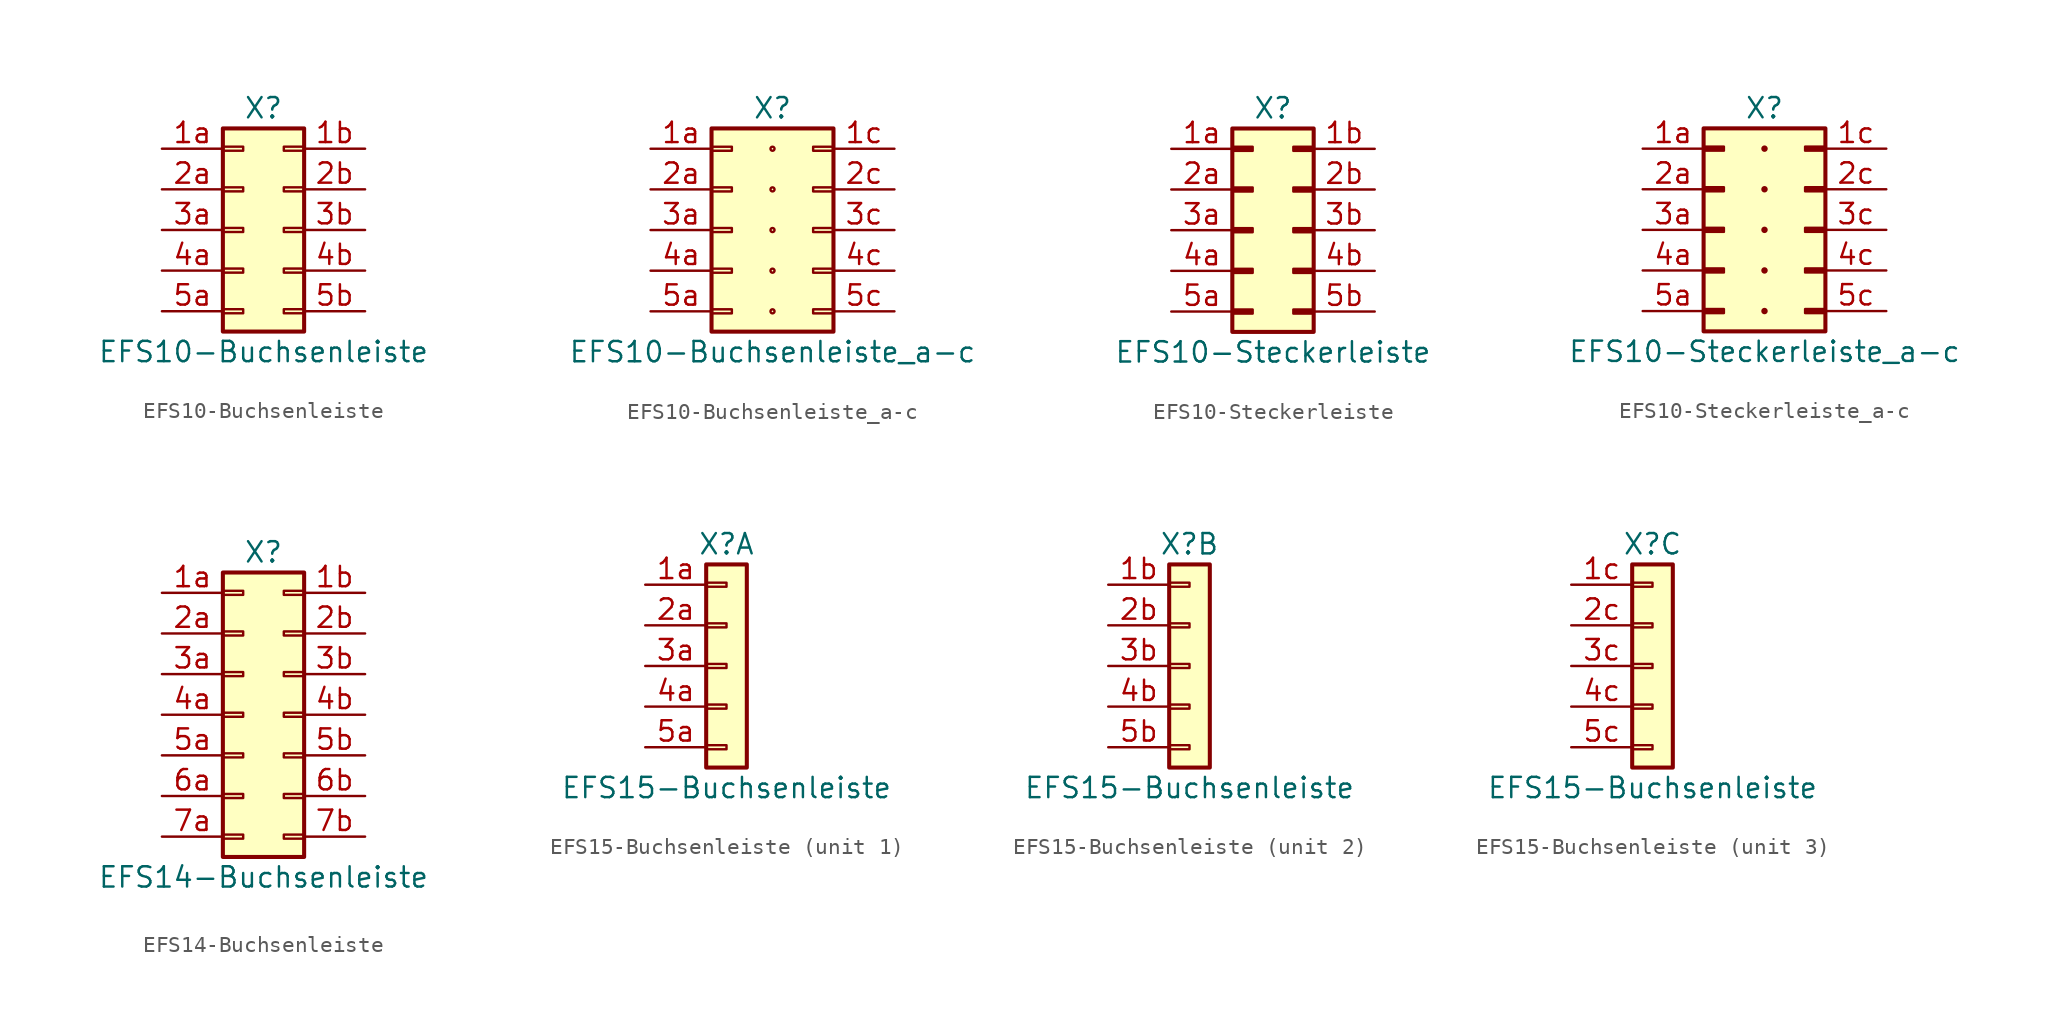
<source format=kicad_sym>
(kicad_symbol_lib
  (version 20211014)
  (generator kicad_symbol_editor)
  (symbol "EFS10-Buchsenleiste"
    (pin_names
      (offset 1.016) hide)
    (property "Reference" "X"
      (at 0 7.62 0)
      (effects (font (size 1.27 1.27))))
    (property "Value" "EFS10-Buchsenleiste"
      (at 0 -7.62 0)
      (effects (font (size 1.27 1.27))))
    (symbol "EFS10-Buchsenleiste_1_1"
      (rectangle (start -2.54 -4.953) (end -1.27 -5.207) (stroke (width 0.152) (type default) (color 0 0 0 0)) (fill (type none)))
      (rectangle (start -2.54 -2.413) (end -1.27 -2.667) (stroke (width 0.152) (type default) (color 0 0 0 0)) (fill (type none)))
      (rectangle (start -2.54 0.127) (end -1.27 -0.127) (stroke (width 0.152) (type default) (color 0 0 0 0)) (fill (type none)))
      (rectangle (start -2.54 2.667) (end -1.27 2.413) (stroke (width 0.152) (type default) (color 0 0 0 0)) (fill (type none)))
      (rectangle (start -2.54 5.207) (end -1.27 4.953) (stroke (width 0.152) (type default) (color 0 0 0 0)) (fill (type none)))
      (rectangle (start -2.54 6.35) (end 2.54 -6.35) (stroke (width 0.254) (type default) (color 0 0 0 0)) (fill (type background)))
      (rectangle (start 2.54 -4.953) (end 1.27 -5.207) (stroke (width 0.152) (type default) (color 0 0 0 0)) (fill (type none)))
      (rectangle (start 2.54 -2.413) (end 1.27 -2.667) (stroke (width 0.152) (type default) (color 0 0 0 0)) (fill (type none)))
      (rectangle (start 2.54 0.127) (end 1.27 -0.127) (stroke (width 0.152) (type default) (color 0 0 0 0)) (fill (type none)))
      (rectangle (start 2.54 2.667) (end 1.27 2.413) (stroke (width 0.152) (type default) (color 0 0 0 0)) (fill (type none)))
      (rectangle (start 2.54 5.207) (end 1.27 4.953) (stroke (width 0.152) (type default) (color 0 0 0 0)) (fill (type none)))
      (pin passive line (at -6.35 5.08 0) (length 3.81) (name "Pin_1a" (effects (font (size 1.27 1.27)))) (number "1a" (effects (font (size 1.27 1.27)))))
      (pin passive line (at 6.35 5.08 180) (length 3.81) (name "Pin_1b" (effects (font (size 1.27 1.27)))) (number "1b" (effects (font (size 1.27 1.27)))))
      (pin passive line (at -6.35 2.54 0) (length 3.81) (name "Pin_2a" (effects (font (size 1.27 1.27)))) (number "2a" (effects (font (size 1.27 1.27)))))
      (pin passive line (at 6.35 2.54 180) (length 3.81) (name "Pin_2b" (effects (font (size 1.27 1.27)))) (number "2b" (effects (font (size 1.27 1.27)))))
      (pin passive line (at -6.35 0 0) (length 3.81) (name "Pin_3a" (effects (font (size 1.27 1.27)))) (number "3a" (effects (font (size 1.27 1.27)))))
      (pin passive line (at 6.35 0 180) (length 3.81) (name "Pin_3b" (effects (font (size 1.27 1.27)))) (number "3b" (effects (font (size 1.27 1.27)))))
      (pin passive line (at -6.35 -2.54 0) (length 3.81) (name "Pin_4a" (effects (font (size 1.27 1.27)))) (number "4a" (effects (font (size 1.27 1.27)))))
      (pin passive line (at 6.35 -2.54 180) (length 3.81) (name "Pin_4b" (effects (font (size 1.27 1.27)))) (number "4b" (effects (font (size 1.27 1.27)))))
      (pin passive line (at -6.35 -5.08 0) (length 3.81) (name "Pin_5a" (effects (font (size 1.27 1.27)))) (number "5a" (effects (font (size 1.27 1.27)))))
      (pin passive line (at 6.35 -5.08 180) (length 3.81) (name "Pin_5b" (effects (font (size 1.27 1.27)))) (number "5b" (effects (font (size 1.27 1.27)))))))
  (symbol "EFS10-Buchsenleiste_a-c"
    (pin_names
      (offset 1.016) hide)
    (property "Reference" "X"
      (at 0 7.62 0)
      (effects (font (size 1.27 1.27))))
    (property "Value" "EFS10-Buchsenleiste_a-c"
      (at 0 -7.62 0)
      (effects (font (size 1.27 1.27))))
    (symbol "EFS10-Buchsenleiste_a-c_0_1"
      (circle (center 0 -5.08) (radius 0.127) (stroke (width 0.152) (type default) (color 0 0 0 0)) (fill (type none)))
      (circle (center 0 -2.54) (radius 0.127) (stroke (width 0.152) (type default) (color 0 0 0 0)) (fill (type none)))
      (circle (center 0 0) (radius 0.127) (stroke (width 0.152) (type default) (color 0 0 0 0)) (fill (type none)))
      (circle (center 0 2.54) (radius 0.127) (stroke (width 0.152) (type default) (color 0 0 0 0)) (fill (type none)))
      (circle (center 0 5.08) (radius 0.127) (stroke (width 0.152) (type default) (color 0 0 0 0)) (fill (type none))))
    (symbol "EFS10-Buchsenleiste_a-c_1_1"
      (rectangle (start -3.81 -4.953) (end -2.54 -5.207) (stroke (width 0.152) (type default) (color 0 0 0 0)) (fill (type none)))
      (rectangle (start -3.81 -2.413) (end -2.54 -2.667) (stroke (width 0.152) (type default) (color 0 0 0 0)) (fill (type none)))
      (rectangle (start -3.81 0.127) (end -2.54 -0.127) (stroke (width 0.152) (type default) (color 0 0 0 0)) (fill (type none)))
      (rectangle (start -3.81 2.667) (end -2.54 2.413) (stroke (width 0.152) (type default) (color 0 0 0 0)) (fill (type none)))
      (rectangle (start -3.81 5.207) (end -2.54 4.953) (stroke (width 0.152) (type default) (color 0 0 0 0)) (fill (type none)))
      (rectangle (start -3.81 6.35) (end 3.81 -6.35) (stroke (width 0.254) (type default) (color 0 0 0 0)) (fill (type background)))
      (rectangle (start 3.81 -4.953) (end 2.54 -5.207) (stroke (width 0.152) (type default) (color 0 0 0 0)) (fill (type none)))
      (rectangle (start 3.81 -2.413) (end 2.54 -2.667) (stroke (width 0.152) (type default) (color 0 0 0 0)) (fill (type none)))
      (rectangle (start 3.81 0.127) (end 2.54 -0.127) (stroke (width 0.152) (type default) (color 0 0 0 0)) (fill (type none)))
      (rectangle (start 3.81 2.667) (end 2.54 2.413) (stroke (width 0.152) (type default) (color 0 0 0 0)) (fill (type none)))
      (rectangle (start 3.81 5.207) (end 2.54 4.953) (stroke (width 0.152) (type default) (color 0 0 0 0)) (fill (type none)))
      (pin passive line (at -7.62 5.08 0) (length 3.81) (name "Pin_1a" (effects (font (size 1.27 1.27)))) (number "1a" (effects (font (size 1.27 1.27)))))
      (pin passive line (at 7.62 5.08 180) (length 3.81) (name "Pin_1c" (effects (font (size 1.27 1.27)))) (number "1c" (effects (font (size 1.27 1.27)))))
      (pin passive line (at -7.62 2.54 0) (length 3.81) (name "Pin_2a" (effects (font (size 1.27 1.27)))) (number "2a" (effects (font (size 1.27 1.27)))))
      (pin passive line (at 7.62 2.54 180) (length 3.81) (name "Pin_2c" (effects (font (size 1.27 1.27)))) (number "2c" (effects (font (size 1.27 1.27)))))
      (pin passive line (at -7.62 0 0) (length 3.81) (name "Pin_3a" (effects (font (size 1.27 1.27)))) (number "3a" (effects (font (size 1.27 1.27)))))
      (pin passive line (at 7.62 0 180) (length 3.81) (name "Pin_3c" (effects (font (size 1.27 1.27)))) (number "3c" (effects (font (size 1.27 1.27)))))
      (pin passive line (at -7.62 -2.54 0) (length 3.81) (name "Pin_4a" (effects (font (size 1.27 1.27)))) (number "4a" (effects (font (size 1.27 1.27)))))
      (pin passive line (at 7.62 -2.54 180) (length 3.81) (name "Pin_4c" (effects (font (size 1.27 1.27)))) (number "4c" (effects (font (size 1.27 1.27)))))
      (pin passive line (at -7.62 -5.08 0) (length 3.81) (name "Pin_5a" (effects (font (size 1.27 1.27)))) (number "5a" (effects (font (size 1.27 1.27)))))
      (pin passive line (at 7.62 -5.08 180) (length 3.81) (name "Pin_5c" (effects (font (size 1.27 1.27)))) (number "5c" (effects (font (size 1.27 1.27)))))))
  (symbol "EFS10-Steckerleiste"
    (pin_names
      (offset 1.016) hide)
    (property "Reference" "X"
      (at 0 7.62 0)
      (effects (font (size 1.27 1.27))))
    (property "Value" "EFS10-Steckerleiste"
      (at 0 -7.62 0)
      (effects (font (size 1.27 1.27))))
    (symbol "EFS10-Steckerleiste_1_1"
      (rectangle (start -2.54 -4.953) (end -1.27 -5.207) (stroke (width 0.152) (type default) (color 0 0 0 0)) (fill (type outline)))
      (rectangle (start -2.54 -2.413) (end -1.27 -2.667) (stroke (width 0.152) (type default) (color 0 0 0 0)) (fill (type outline)))
      (rectangle (start -2.54 0.127) (end -1.27 -0.127) (stroke (width 0.152) (type default) (color 0 0 0 0)) (fill (type outline)))
      (rectangle (start -2.54 2.667) (end -1.27 2.413) (stroke (width 0.152) (type default) (color 0 0 0 0)) (fill (type outline)))
      (rectangle (start -2.54 5.207) (end -1.27 4.953) (stroke (width 0.152) (type default) (color 0 0 0 0)) (fill (type outline)))
      (rectangle (start -2.54 6.35) (end 2.54 -6.35) (stroke (width 0.254) (type default) (color 0 0 0 0)) (fill (type background)))
      (rectangle (start 2.54 -4.953) (end 1.27 -5.207) (stroke (width 0.152) (type default) (color 0 0 0 0)) (fill (type outline)))
      (rectangle (start 2.54 -2.413) (end 1.27 -2.667) (stroke (width 0.152) (type default) (color 0 0 0 0)) (fill (type outline)))
      (rectangle (start 2.54 0.127) (end 1.27 -0.127) (stroke (width 0.152) (type default) (color 0 0 0 0)) (fill (type outline)))
      (rectangle (start 2.54 2.667) (end 1.27 2.413) (stroke (width 0.152) (type default) (color 0 0 0 0)) (fill (type outline)))
      (rectangle (start 2.54 5.207) (end 1.27 4.953) (stroke (width 0.152) (type default) (color 0 0 0 0)) (fill (type outline)))
      (pin passive line (at -6.35 5.08 0) (length 3.81) (name "Pin_1a" (effects (font (size 1.27 1.27)))) (number "1a" (effects (font (size 1.27 1.27)))))
      (pin passive line (at 6.35 5.08 180) (length 3.81) (name "Pin_1b" (effects (font (size 1.27 1.27)))) (number "1b" (effects (font (size 1.27 1.27)))))
      (pin passive line (at -6.35 2.54 0) (length 3.81) (name "Pin_2a" (effects (font (size 1.27 1.27)))) (number "2a" (effects (font (size 1.27 1.27)))))
      (pin passive line (at 6.35 2.54 180) (length 3.81) (name "Pin_2b" (effects (font (size 1.27 1.27)))) (number "2b" (effects (font (size 1.27 1.27)))))
      (pin passive line (at -6.35 0 0) (length 3.81) (name "Pin_3a" (effects (font (size 1.27 1.27)))) (number "3a" (effects (font (size 1.27 1.27)))))
      (pin passive line (at 6.35 0 180) (length 3.81) (name "Pin_3b" (effects (font (size 1.27 1.27)))) (number "3b" (effects (font (size 1.27 1.27)))))
      (pin passive line (at -6.35 -2.54 0) (length 3.81) (name "Pin_4a" (effects (font (size 1.27 1.27)))) (number "4a" (effects (font (size 1.27 1.27)))))
      (pin passive line (at 6.35 -2.54 180) (length 3.81) (name "Pin_4b" (effects (font (size 1.27 1.27)))) (number "4b" (effects (font (size 1.27 1.27)))))
      (pin passive line (at -6.35 -5.08 0) (length 3.81) (name "Pin_5a" (effects (font (size 1.27 1.27)))) (number "5a" (effects (font (size 1.27 1.27)))))
      (pin passive line (at 6.35 -5.08 180) (length 3.81) (name "Pin_5b" (effects (font (size 1.27 1.27)))) (number "5b" (effects (font (size 1.27 1.27)))))))
  (symbol "EFS10-Steckerleiste_a-c"
    (pin_names
      (offset 1.016) hide)
    (property "Reference" "X"
      (at 0 7.62 0)
      (effects (font (size 1.27 1.27))))
    (property "Value" "EFS10-Steckerleiste_a-c"
      (at 0 -7.62 0)
      (effects (font (size 1.27 1.27))))
    (symbol "EFS10-Steckerleiste_a-c_0_1"
      (circle (center 0 -5.08) (radius 0.127) (stroke (width 0.152) (type default) (color 0 0 0 0)) (fill (type outline)))
      (circle (center 0 -2.54) (radius 0.127) (stroke (width 0.152) (type default) (color 0 0 0 0)) (fill (type outline)))
      (circle (center 0 0) (radius 0.127) (stroke (width 0.152) (type default) (color 0 0 0 0)) (fill (type outline)))
      (circle (center 0 2.54) (radius 0.127) (stroke (width 0.152) (type default) (color 0 0 0 0)) (fill (type outline)))
      (circle (center 0 5.08) (radius 0.127) (stroke (width 0.152) (type default) (color 0 0 0 0)) (fill (type outline))))
    (symbol "EFS10-Steckerleiste_a-c_1_1"
      (rectangle (start -3.81 -4.953) (end -2.54 -5.207) (stroke (width 0.152) (type default) (color 0 0 0 0)) (fill (type outline)))
      (rectangle (start -3.81 -2.413) (end -2.54 -2.667) (stroke (width 0.152) (type default) (color 0 0 0 0)) (fill (type outline)))
      (rectangle (start -3.81 0.127) (end -2.54 -0.127) (stroke (width 0.152) (type default) (color 0 0 0 0)) (fill (type outline)))
      (rectangle (start -3.81 2.667) (end -2.54 2.413) (stroke (width 0.152) (type default) (color 0 0 0 0)) (fill (type outline)))
      (rectangle (start -3.81 5.207) (end -2.54 4.953) (stroke (width 0.152) (type default) (color 0 0 0 0)) (fill (type outline)))
      (rectangle (start -3.81 6.35) (end 3.81 -6.35) (stroke (width 0.254) (type default) (color 0 0 0 0)) (fill (type background)))
      (rectangle (start 3.81 -4.953) (end 2.54 -5.207) (stroke (width 0.152) (type default) (color 0 0 0 0)) (fill (type outline)))
      (rectangle (start 3.81 -2.413) (end 2.54 -2.667) (stroke (width 0.152) (type default) (color 0 0 0 0)) (fill (type outline)))
      (rectangle (start 3.81 0.127) (end 2.54 -0.127) (stroke (width 0.152) (type default) (color 0 0 0 0)) (fill (type outline)))
      (rectangle (start 3.81 2.667) (end 2.54 2.413) (stroke (width 0.152) (type default) (color 0 0 0 0)) (fill (type outline)))
      (rectangle (start 3.81 5.207) (end 2.54 4.953) (stroke (width 0.152) (type default) (color 0 0 0 0)) (fill (type outline)))
      (pin passive line (at -7.62 5.08 0) (length 3.81) (name "Pin_1a" (effects (font (size 1.27 1.27)))) (number "1a" (effects (font (size 1.27 1.27)))))
      (pin passive line (at 7.62 5.08 180) (length 3.81) (name "Pin_1c" (effects (font (size 1.27 1.27)))) (number "1c" (effects (font (size 1.27 1.27)))))
      (pin passive line (at -7.62 2.54 0) (length 3.81) (name "Pin_2a" (effects (font (size 1.27 1.27)))) (number "2a" (effects (font (size 1.27 1.27)))))
      (pin passive line (at 7.62 2.54 180) (length 3.81) (name "Pin_2c" (effects (font (size 1.27 1.27)))) (number "2c" (effects (font (size 1.27 1.27)))))
      (pin passive line (at -7.62 0 0) (length 3.81) (name "Pin_3a" (effects (font (size 1.27 1.27)))) (number "3a" (effects (font (size 1.27 1.27)))))
      (pin passive line (at 7.62 0 180) (length 3.81) (name "Pin_3c" (effects (font (size 1.27 1.27)))) (number "3c" (effects (font (size 1.27 1.27)))))
      (pin passive line (at -7.62 -2.54 0) (length 3.81) (name "Pin_4a" (effects (font (size 1.27 1.27)))) (number "4a" (effects (font (size 1.27 1.27)))))
      (pin passive line (at 7.62 -2.54 180) (length 3.81) (name "Pin_4c" (effects (font (size 1.27 1.27)))) (number "4c" (effects (font (size 1.27 1.27)))))
      (pin passive line (at -7.62 -5.08 0) (length 3.81) (name "Pin_5a" (effects (font (size 1.27 1.27)))) (number "5a" (effects (font (size 1.27 1.27)))))
      (pin passive line (at 7.62 -5.08 180) (length 3.81) (name "Pin_5c" (effects (font (size 1.27 1.27)))) (number "5c" (effects (font (size 1.27 1.27)))))))
  (symbol "EFS14-Buchsenleiste"
    (pin_names
      (offset 1.016) hide)
    (property "Reference" "X"
      (at 0 10.16 0)
      (effects (font (size 1.27 1.27))))
    (property "Value" "EFS14-Buchsenleiste"
      (at 0 -10.16 0)
      (effects (font (size 1.27 1.27))))
    (symbol "EFS14-Buchsenleiste_1_1"
      (rectangle (start -2.54 -7.493) (end -1.27 -7.747) (stroke (width 0.152) (type default) (color 0 0 0 0)) (fill (type none)))
      (rectangle (start -2.54 -4.953) (end -1.27 -5.207) (stroke (width 0.152) (type default) (color 0 0 0 0)) (fill (type none)))
      (rectangle (start -2.54 -2.413) (end -1.27 -2.667) (stroke (width 0.152) (type default) (color 0 0 0 0)) (fill (type none)))
      (rectangle (start -2.54 0.127) (end -1.27 -0.127) (stroke (width 0.152) (type default) (color 0 0 0 0)) (fill (type none)))
      (rectangle (start -2.54 2.667) (end -1.27 2.413) (stroke (width 0.152) (type default) (color 0 0 0 0)) (fill (type none)))
      (rectangle (start -2.54 5.207) (end -1.27 4.953) (stroke (width 0.152) (type default) (color 0 0 0 0)) (fill (type none)))
      (rectangle (start -2.54 7.747) (end -1.27 7.493) (stroke (width 0.152) (type default) (color 0 0 0 0)) (fill (type none)))
      (rectangle (start -2.54 8.89) (end 2.54 -8.89) (stroke (width 0.254) (type default) (color 0 0 0 0)) (fill (type background)))
      (rectangle (start 2.54 -7.493) (end 1.27 -7.747) (stroke (width 0.152) (type default) (color 0 0 0 0)) (fill (type none)))
      (rectangle (start 2.54 -4.953) (end 1.27 -5.207) (stroke (width 0.152) (type default) (color 0 0 0 0)) (fill (type none)))
      (rectangle (start 2.54 -2.413) (end 1.27 -2.667) (stroke (width 0.152) (type default) (color 0 0 0 0)) (fill (type none)))
      (rectangle (start 2.54 0.127) (end 1.27 -0.127) (stroke (width 0.152) (type default) (color 0 0 0 0)) (fill (type none)))
      (rectangle (start 2.54 2.667) (end 1.27 2.413) (stroke (width 0.152) (type default) (color 0 0 0 0)) (fill (type none)))
      (rectangle (start 2.54 5.207) (end 1.27 4.953) (stroke (width 0.152) (type default) (color 0 0 0 0)) (fill (type none)))
      (rectangle (start 2.54 7.747) (end 1.27 7.493) (stroke (width 0.152) (type default) (color 0 0 0 0)) (fill (type none)))
      (pin passive line (at -6.35 7.62 0) (length 3.81) (name "Pin_1a" (effects (font (size 1.27 1.27)))) (number "1a" (effects (font (size 1.27 1.27)))))
      (pin passive line (at 6.35 7.62 180) (length 3.81) (name "Pin_1b" (effects (font (size 1.27 1.27)))) (number "1b" (effects (font (size 1.27 1.27)))))
      (pin passive line (at -6.35 5.08 0) (length 3.81) (name "Pin_2a" (effects (font (size 1.27 1.27)))) (number "2a" (effects (font (size 1.27 1.27)))))
      (pin passive line (at 6.35 5.08 180) (length 3.81) (name "Pin_2b" (effects (font (size 1.27 1.27)))) (number "2b" (effects (font (size 1.27 1.27)))))
      (pin passive line (at -6.35 2.54 0) (length 3.81) (name "Pin_3a" (effects (font (size 1.27 1.27)))) (number "3a" (effects (font (size 1.27 1.27)))))
      (pin passive line (at 6.35 2.54 180) (length 3.81) (name "Pin_3b" (effects (font (size 1.27 1.27)))) (number "3b" (effects (font (size 1.27 1.27)))))
      (pin passive line (at -6.35 0 0) (length 3.81) (name "Pin_4a" (effects (font (size 1.27 1.27)))) (number "4a" (effects (font (size 1.27 1.27)))))
      (pin passive line (at 6.35 0 180) (length 3.81) (name "Pin_4b" (effects (font (size 1.27 1.27)))) (number "4b" (effects (font (size 1.27 1.27)))))
      (pin passive line (at -6.35 -2.54 0) (length 3.81) (name "Pin_5a" (effects (font (size 1.27 1.27)))) (number "5a" (effects (font (size 1.27 1.27)))))
      (pin passive line (at 6.35 -2.54 180) (length 3.81) (name "Pin_5b" (effects (font (size 1.27 1.27)))) (number "5b" (effects (font (size 1.27 1.27)))))
      (pin passive line (at -6.35 -5.08 0) (length 3.81) (name "Pin_6a" (effects (font (size 1.27 1.27)))) (number "6a" (effects (font (size 1.27 1.27)))))
      (pin passive line (at 6.35 -5.08 180) (length 3.81) (name "Pin_6b" (effects (font (size 1.27 1.27)))) (number "6b" (effects (font (size 1.27 1.27)))))
      (pin passive line (at -6.35 -7.62 0) (length 3.81) (name "Pin_7a" (effects (font (size 1.27 1.27)))) (number "7a" (effects (font (size 1.27 1.27)))))
      (pin passive line (at 6.35 -7.62 180) (length 3.81) (name "Pin_7b" (effects (font (size 1.27 1.27)))) (number "7b" (effects (font (size 1.27 1.27)))))))
  (symbol "EFS15-Buchsenleiste"
    (pin_names
      (offset 1.016) hide)
    (property "Reference" "X"
      (at 0 7.62 0)
      (effects (font (size 1.27 1.27))))
    (property "Value" "EFS15-Buchsenleiste"
      (at 0 -7.62 0)
      (effects (font (size 1.27 1.27))))
    (property "ki_locked" ""
      (at 0 0 0)
      (effects (font (size 1.27 1.27))))
    (symbol "EFS15-Buchsenleiste_1_1"
      (rectangle (start -1.27 -4.953) (end 0 -5.207) (stroke (width 0.152) (type default) (color 0 0 0 0)) (fill (type none)))
      (rectangle (start -1.27 -2.413) (end 0 -2.667) (stroke (width 0.152) (type default) (color 0 0 0 0)) (fill (type none)))
      (rectangle (start -1.27 0.127) (end 0 -0.127) (stroke (width 0.152) (type default) (color 0 0 0 0)) (fill (type none)))
      (rectangle (start -1.27 2.667) (end 0 2.413) (stroke (width 0.152) (type default) (color 0 0 0 0)) (fill (type none)))
      (rectangle (start -1.27 5.207) (end 0 4.953) (stroke (width 0.152) (type default) (color 0 0 0 0)) (fill (type none)))
      (rectangle (start -1.27 6.35) (end 1.27 -6.35) (stroke (width 0.254) (type default) (color 0 0 0 0)) (fill (type background)))
      (pin passive line (at -5.08 5.08 0) (length 3.81) (name "Pin_1a" (effects (font (size 1.27 1.27)))) (number "1a" (effects (font (size 1.27 1.27)))))
      (pin passive line (at -5.08 2.54 0) (length 3.81) (name "Pin_2a" (effects (font (size 1.27 1.27)))) (number "2a" (effects (font (size 1.27 1.27)))))
      (pin passive line (at -5.08 0 0) (length 3.81) (name "Pin_3a" (effects (font (size 1.27 1.27)))) (number "3a" (effects (font (size 1.27 1.27)))))
      (pin passive line (at -5.08 -2.54 0) (length 3.81) (name "Pin_4a" (effects (font (size 1.27 1.27)))) (number "4a" (effects (font (size 1.27 1.27)))))
      (pin passive line (at -5.08 -5.08 0) (length 3.81) (name "Pin_5a" (effects (font (size 1.27 1.27)))) (number "5a" (effects (font (size 1.27 1.27))))))
    (symbol "EFS15-Buchsenleiste_2_1"
      (rectangle (start -1.27 -4.953) (end 0 -5.207) (stroke (width 0.152) (type default) (color 0 0 0 0)) (fill (type none)))
      (rectangle (start -1.27 -2.413) (end 0 -2.667) (stroke (width 0.152) (type default) (color 0 0 0 0)) (fill (type none)))
      (rectangle (start -1.27 0.127) (end 0 -0.127) (stroke (width 0.152) (type default) (color 0 0 0 0)) (fill (type none)))
      (rectangle (start -1.27 2.667) (end 0 2.413) (stroke (width 0.152) (type default) (color 0 0 0 0)) (fill (type none)))
      (rectangle (start -1.27 5.207) (end 0 4.953) (stroke (width 0.152) (type default) (color 0 0 0 0)) (fill (type none)))
      (rectangle (start -1.27 6.35) (end 1.27 -6.35) (stroke (width 0.254) (type default) (color 0 0 0 0)) (fill (type background)))
      (pin passive line (at -5.08 5.08 0) (length 3.81) (name "Pin_1b" (effects (font (size 1.27 1.27)))) (number "1b" (effects (font (size 1.27 1.27)))))
      (pin passive line (at -5.08 2.54 0) (length 3.81) (name "Pin_2b" (effects (font (size 1.27 1.27)))) (number "2b" (effects (font (size 1.27 1.27)))))
      (pin passive line (at -5.08 0 0) (length 3.81) (name "Pin_3b" (effects (font (size 1.27 1.27)))) (number "3b" (effects (font (size 1.27 1.27)))))
      (pin passive line (at -5.08 -2.54 0) (length 3.81) (name "Pin_4b" (effects (font (size 1.27 1.27)))) (number "4b" (effects (font (size 1.27 1.27)))))
      (pin passive line (at -5.08 -5.08 0) (length 3.81) (name "Pin_5b" (effects (font (size 1.27 1.27)))) (number "5b" (effects (font (size 1.27 1.27))))))
    (symbol "EFS15-Buchsenleiste_3_1"
      (rectangle (start -1.27 -4.953) (end 0 -5.207) (stroke (width 0.152) (type default) (color 0 0 0 0)) (fill (type none)))
      (rectangle (start -1.27 -2.413) (end 0 -2.667) (stroke (width 0.152) (type default) (color 0 0 0 0)) (fill (type none)))
      (rectangle (start -1.27 0.127) (end 0 -0.127) (stroke (width 0.152) (type default) (color 0 0 0 0)) (fill (type none)))
      (rectangle (start -1.27 2.667) (end 0 2.413) (stroke (width 0.152) (type default) (color 0 0 0 0)) (fill (type none)))
      (rectangle (start -1.27 5.207) (end 0 4.953) (stroke (width 0.152) (type default) (color 0 0 0 0)) (fill (type none)))
      (rectangle (start -1.27 6.35) (end 1.27 -6.35) (stroke (width 0.254) (type default) (color 0 0 0 0)) (fill (type background)))
      (pin passive line (at -5.08 5.08 0) (length 3.81) (name "Pin_1c" (effects (font (size 1.27 1.27)))) (number "1c" (effects (font (size 1.27 1.27)))))
      (pin passive line (at -5.08 2.54 0) (length 3.81) (name "Pin_2c" (effects (font (size 1.27 1.27)))) (number "2c" (effects (font (size 1.27 1.27)))))
      (pin passive line (at -5.08 0 0) (length 3.81) (name "Pin_3c" (effects (font (size 1.27 1.27)))) (number "3c" (effects (font (size 1.27 1.27)))))
      (pin passive line (at -5.08 -2.54 0) (length 3.81) (name "Pin_4c" (effects (font (size 1.27 1.27)))) (number "4c" (effects (font (size 1.27 1.27)))))
      (pin passive line (at -5.08 -5.08 0) (length 3.81) (name "Pin_5c" (effects (font (size 1.27 1.27)))) (number "5c" (effects (font (size 1.27 1.27))))))))
</source>
